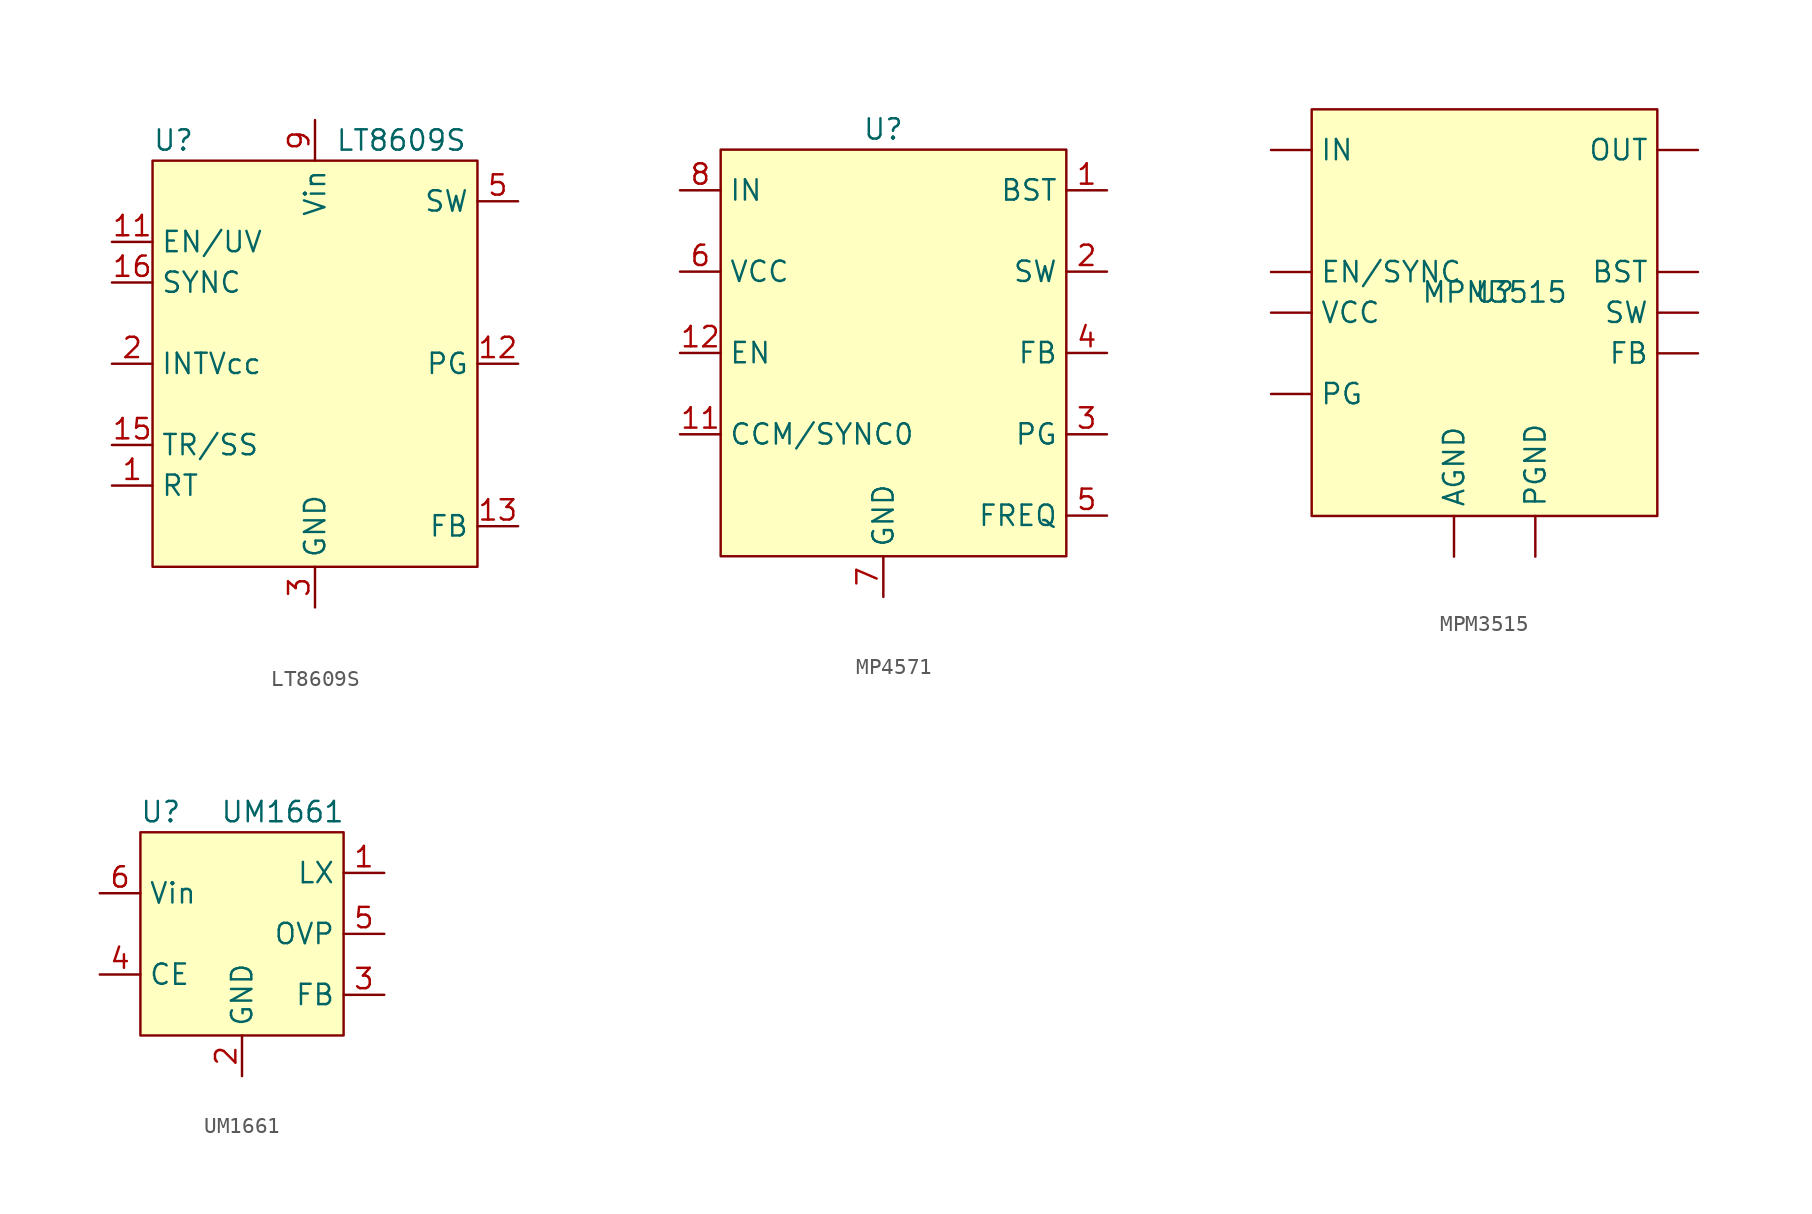
<source format=kicad_sym>
(kicad_symbol_lib
  (version 20220914)
  (generator kicad_symbol_editor)
  (symbol "LT8609S"
    (property "Reference" "U"
      (at -10.16 13.97 0)
      (effects (font (size 1.27 1.27)) (justify left)))
    (property "Value" "LT8609S"
      (at 1.27 13.97 0)
      (effects (font (size 1.27 1.27)) (justify left)))
    (symbol "LT8609S_0_1"
      (rectangle (start 10.16 -12.7) (end -10.16 12.7) (stroke (width 0) (type default)) (fill (type background))))
    (symbol "LT8609S_1_1"
      (pin input line (at -12.7 -7.62 0) (length 2.54) (name "RT" (effects (font (size 1.27 1.27)))) (number "1" (effects (font (size 1.27 1.27)))))
      (pin passive line (at 0 15.24 270) (length 2.54) hide (name "Vin" (effects (font (size 1.27 1.27)))) (number "10" (effects (font (size 1.27 1.27)))))
      (pin input line (at -12.7 7.62 0) (length 2.54) (name "EN/UV" (effects (font (size 1.27 1.27)))) (number "11" (effects (font (size 1.27 1.27)))))
      (pin input line (at 12.7 0 180) (length 2.54) (name "PG" (effects (font (size 1.27 1.27)))) (number "12" (effects (font (size 1.27 1.27)))))
      (pin input line (at 12.7 -10.16 180) (length 2.54) (name "FB" (effects (font (size 1.27 1.27)))) (number "13" (effects (font (size 1.27 1.27)))))
      (pin passive line (at 0 -15.24 90) (length 2.54) hide (name "GND" (effects (font (size 1.27 1.27)))) (number "14" (effects (font (size 1.27 1.27)))))
      (pin input line (at -12.7 -5.08 0) (length 2.54) (name "TR/SS" (effects (font (size 1.27 1.27)))) (number "15" (effects (font (size 1.27 1.27)))))
      (pin input line (at -12.7 5.08 0) (length 2.54) (name "SYNC" (effects (font (size 1.27 1.27)))) (number "16" (effects (font (size 1.27 1.27)))))
      (pin input line (at -12.7 0 0) (length 2.54) (name "INTVcc" (effects (font (size 1.27 1.27)))) (number "2" (effects (font (size 1.27 1.27)))))
      (pin power_in line (at 0 -15.24 90) (length 2.54) (name "GND" (effects (font (size 1.27 1.27)))) (number "3" (effects (font (size 1.27 1.27)))))
      (pin passive line (at 0 -15.24 90) (length 2.54) hide (name "GND" (effects (font (size 1.27 1.27)))) (number "4" (effects (font (size 1.27 1.27)))))
      (pin input line (at 12.7 10.16 180) (length 2.54) (name "SW" (effects (font (size 1.27 1.27)))) (number "5" (effects (font (size 1.27 1.27)))))
      (pin input line (at 12.7 10.16 180) (length 2.54) hide (name "SW" (effects (font (size 1.27 1.27)))) (number "6" (effects (font (size 1.27 1.27)))))
      (pin no_connect line (at 2.54 -15.24 90) (length 2.54) hide (name "N/C" (effects (font (size 1.27 1.27)))) (number "7" (effects (font (size 1.27 1.27)))))
      (pin passive line (at 0 -15.24 90) (length 2.54) hide (name "GND" (effects (font (size 1.27 1.27)))) (number "8" (effects (font (size 1.27 1.27)))))
      (pin power_in line (at 0 15.24 270) (length 2.54) (name "Vin" (effects (font (size 1.27 1.27)))) (number "9" (effects (font (size 1.27 1.27)))))))
  (symbol "MP4571"
    (property "Reference" "U"
      (at 0 13.97 0)
      (effects (font (size 1.27 1.27))))
    (property "Value" ""
      (at 0 0 0)
      (effects (font (size 1.27 1.27))))
    (symbol "MP4571_0_1"
      (rectangle (start -10.16 12.7) (end 11.43 -12.7) (stroke (width 0) (type default)) (fill (type background))))
    (symbol "MP4571_1_1"
      (pin input line (at 13.97 10.16 180) (length 2.54) (name "BST" (effects (font (size 1.27 1.27)))) (number "1" (effects (font (size 1.27 1.27)))))
      (pin no_connect line (at 0 -15.24 90) (length 2.54) hide (name "NC" (effects (font (size 1.27 1.27)))) (number "10" (effects (font (size 1.27 1.27)))))
      (pin input line (at -12.7 -5.08 0) (length 2.54) (name "CCM/SYNC0" (effects (font (size 1.27 1.27)))) (number "11" (effects (font (size 1.27 1.27)))))
      (pin input line (at -12.7 0 0) (length 2.54) (name "EN" (effects (font (size 1.27 1.27)))) (number "12" (effects (font (size 1.27 1.27)))))
      (pin input line (at 13.97 5.08 180) (length 2.54) (name "SW" (effects (font (size 1.27 1.27)))) (number "2" (effects (font (size 1.27 1.27)))))
      (pin output line (at 13.97 -5.08 180) (length 2.54) (name "PG" (effects (font (size 1.27 1.27)))) (number "3" (effects (font (size 1.27 1.27)))))
      (pin input line (at 13.97 0 180) (length 2.54) (name "FB" (effects (font (size 1.27 1.27)))) (number "4" (effects (font (size 1.27 1.27)))))
      (pin passive line (at 13.97 -10.16 180) (length 2.54) (name "FREQ" (effects (font (size 1.27 1.27)))) (number "5" (effects (font (size 1.27 1.27)))))
      (pin power_out line (at -12.7 5.08 0) (length 2.54) (name "VCC" (effects (font (size 1.27 1.27)))) (number "6" (effects (font (size 1.27 1.27)))))
      (pin power_in line (at 0 -15.24 90) (length 2.54) (name "GND" (effects (font (size 1.27 1.27)))) (number "7" (effects (font (size 1.27 1.27)))))
      (pin power_in line (at -12.7 10.16 0) (length 2.54) (name "IN" (effects (font (size 1.27 1.27)))) (number "8" (effects (font (size 1.27 1.27)))))
      (pin no_connect line (at 0 -15.24 90) (length 2.54) hide (name "NC" (effects (font (size 1.27 1.27)))) (number "9" (effects (font (size 1.27 1.27)))))))
  (symbol "MPM3515"
    (pin_numbers hide)
    (property "Reference" "U"
      (at 0 1.27 0)
      (effects (font (size 1.27 1.27))))
    (property "Value" "MPM3515"
      (at 0 1.27 0)
      (effects (font (size 1.27 1.27))))
    (symbol "MPM3515_0_0"
      (pin output line (at -13.97 -5.08 0) (length 2.54) (name "PG" (effects (font (size 1.27 1.27)))) (number "1" (effects (font (size 1.27 1.27)))))
      (pin power_out line (at 12.7 10.16 180) (length 2.54) hide (name "OUT" (effects (font (size 1.27 1.27)))) (number "10" (effects (font (size 1.27 1.27)))))
      (pin power_out line (at 12.7 10.16 180) (length 2.54) hide (name "OUT" (effects (font (size 1.27 1.27)))) (number "11" (effects (font (size 1.27 1.27)))))
      (pin output line (at 12.7 0 180) (length 2.54) hide (name "SW" (effects (font (size 1.27 1.27)))) (number "12" (effects (font (size 1.27 1.27)))))
      (pin input line (at 12.7 2.54 180) (length 2.54) (name "BST" (effects (font (size 1.27 1.27)))) (number "13" (effects (font (size 1.27 1.27)))))
      (pin power_in line (at 2.54 -15.24 90) (length 2.54) (name "PGND" (effects (font (size 1.27 1.27)))) (number "14" (effects (font (size 1.27 1.27)))))
      (pin power_in line (at 2.54 -15.24 90) (length 2.54) hide (name "PGND" (effects (font (size 1.27 1.27)))) (number "15" (effects (font (size 1.27 1.27)))))
      (pin power_in line (at -13.97 10.16 0) (length 2.54) (name "IN" (effects (font (size 1.27 1.27)))) (number "16" (effects (font (size 1.27 1.27)))))
      (pin no_connect line (at 0 -15.24 90) (length 2.54) hide (name "NC" (effects (font (size 1.27 1.27)))) (number "17" (effects (font (size 1.27 1.27)))))
      (pin input line (at -13.97 2.54 0) (length 2.54) (name "EN/SYNC" (effects (font (size 1.27 1.27)))) (number "2" (effects (font (size 1.27 1.27)))))
      (pin input line (at 12.7 -2.54 180) (length 2.54) (name "FB" (effects (font (size 1.27 1.27)))) (number "3" (effects (font (size 1.27 1.27)))))
      (pin power_out line (at -13.97 0 0) (length 2.54) (name "VCC" (effects (font (size 1.27 1.27)))) (number "4" (effects (font (size 1.27 1.27)))))
      (pin power_in line (at -2.54 -15.24 90) (length 2.54) (name "AGND" (effects (font (size 1.27 1.27)))) (number "5" (effects (font (size 1.27 1.27)))))
      (pin output line (at 12.7 0 180) (length 2.54) (name "SW" (effects (font (size 1.27 1.27)))) (number "6" (effects (font (size 1.27 1.27)))))
      (pin output line (at 12.7 0 180) (length 2.54) hide (name "SW" (effects (font (size 1.27 1.27)))) (number "7" (effects (font (size 1.27 1.27)))))
      (pin output line (at 12.7 0 180) (length 2.54) hide (name "SW" (effects (font (size 1.27 1.27)))) (number "8" (effects (font (size 1.27 1.27)))))
      (pin power_out line (at 12.7 10.16 180) (length 2.54) (name "OUT" (effects (font (size 1.27 1.27)))) (number "9" (effects (font (size 1.27 1.27))))))
    (symbol "MPM3515_0_1"
      (rectangle (start -11.43 12.7) (end 10.16 -12.7) (stroke (width 0) (type default)) (fill (type background)))))
  (symbol "UM1661"
    (property "Reference" "U"
      (at -5.08 7.62 0)
      (effects (font (size 1.27 1.27))))
    (property "Value" "UM1661"
      (at 2.54 7.62 0)
      (effects (font (size 1.27 1.27))))
    (symbol "UM1661_0_1"
      (rectangle (start -6.35 6.35) (end 6.35 -6.35) (stroke (width 0) (type default)) (fill (type background))))
    (symbol "UM1661_1_1"
      (pin output line (at 8.89 3.81 180) (length 2.54) (name "LX" (effects (font (size 1.27 1.27)))) (number "1" (effects (font (size 1.27 1.27)))))
      (pin power_in line (at 0 -8.89 90) (length 2.54) (name "GND" (effects (font (size 1.27 1.27)))) (number "2" (effects (font (size 1.27 1.27)))))
      (pin input line (at 8.89 -3.81 180) (length 2.54) (name "FB" (effects (font (size 1.27 1.27)))) (number "3" (effects (font (size 1.27 1.27)))))
      (pin input line (at -8.89 -2.54 0) (length 2.54) (name "CE" (effects (font (size 1.27 1.27)))) (number "4" (effects (font (size 1.27 1.27)))))
      (pin input line (at 8.89 0 180) (length 2.54) (name "OVP" (effects (font (size 1.27 1.27)))) (number "5" (effects (font (size 1.27 1.27)))))
      (pin power_in line (at -8.89 2.54 0) (length 2.54) (name "Vin" (effects (font (size 1.27 1.27)))) (number "6" (effects (font (size 1.27 1.27))))))))
</source>
